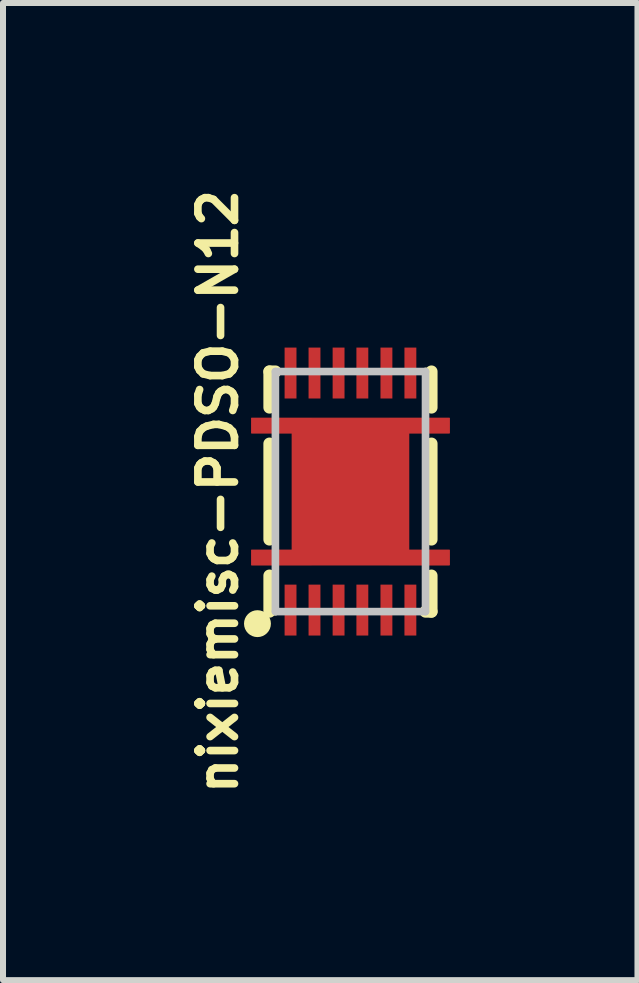
<source format=kicad_pcb>
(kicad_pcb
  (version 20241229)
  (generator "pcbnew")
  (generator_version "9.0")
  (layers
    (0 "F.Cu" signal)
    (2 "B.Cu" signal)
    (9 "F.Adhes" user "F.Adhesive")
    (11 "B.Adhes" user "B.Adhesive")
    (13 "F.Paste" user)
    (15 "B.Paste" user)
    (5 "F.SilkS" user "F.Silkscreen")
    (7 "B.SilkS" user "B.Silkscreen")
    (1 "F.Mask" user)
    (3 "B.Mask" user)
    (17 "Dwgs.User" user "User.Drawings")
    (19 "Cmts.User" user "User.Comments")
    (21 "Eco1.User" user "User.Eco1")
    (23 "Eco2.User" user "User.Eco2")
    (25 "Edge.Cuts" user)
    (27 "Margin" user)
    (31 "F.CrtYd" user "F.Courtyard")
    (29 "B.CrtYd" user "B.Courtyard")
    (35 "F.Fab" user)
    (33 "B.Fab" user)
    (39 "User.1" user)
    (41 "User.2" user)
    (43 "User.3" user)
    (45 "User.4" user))
  (footprint "nixiemisc-PDSO-N12"
    (layer "F.Cu")
    (at 2.787 5.137)
    (property "Reference" "nixiemisc-PDSO-N12" (at -2.207 0 90) (layer "F.SilkS") (effects (font (size 0.61 0.61) (thickness 0.127))))
    (attr smd)
    (fp_poly (pts (xy 1.648 -1.224) (xy -1.648 -1.224) (xy -1.648 -0.973) (xy -0.973 -0.973) (xy -0.973 0.973) (xy -1.648 0.973) (xy -1.648 1.224) (xy 1.648 1.224) (xy 1.648 0.973) (xy 0.973 0.973) (xy 0.973 -0.973) (xy 1.648 -0.973) (xy 1.648 -1.224)) (stroke (width 0.013) (type solid)) (fill yes) (layer "F.Cu"))
    (fp_line (start -1.748 -1.323) (end 1.748 -1.323) (stroke (width 0.066) (type solid)) (layer "F.Mask"))
    (fp_line (start -1.748 -0.874) (end -1.748 -1.323) (stroke (width 0.066) (type solid)) (layer "F.Mask"))
    (fp_line (start -1.748 -0.874) (end 1.748 -0.874) (stroke (width 0.066) (type solid)) (layer "F.Mask"))
    (fp_line (start -1.748 0.874) (end -1.748 1.323) (stroke (width 0.066) (type solid)) (layer "F.Mask"))
    (fp_line (start 1.748 -0.874) (end 1.748 -1.323) (stroke (width 0.066) (type solid)) (layer "F.Mask"))
    (fp_line (start 1.748 0.874) (end -1.748 0.874) (stroke (width 0.066) (type solid)) (layer "F.Mask"))
    (fp_line (start 1.748 0.874) (end 1.748 1.323) (stroke (width 0.066) (type solid)) (layer "F.Mask"))
    (fp_line (start 1.748 1.323) (end -1.748 1.323) (stroke (width 0.066) (type solid)) (layer "F.Mask"))
    (fp_line (start -1.349 -1.999) (end -1.349 -1.4) (stroke (width 0.203) (type solid)) (layer "F.SilkS"))
    (fp_line (start -1.349 -1.999) (end -1.25 -1.999) (stroke (width 0.203) (type solid)) (layer "F.SilkS"))
    (fp_line (start -1.349 -0.798) (end -1.349 0.798) (stroke (width 0.203) (type solid)) (layer "F.SilkS"))
    (fp_line (start -1.349 1.999) (end -1.349 1.4) (stroke (width 0.203) (type solid)) (layer "F.SilkS"))
    (fp_line (start -1.349 1.999) (end -1.25 1.999) (stroke (width 0.127) (type solid)) (layer "F.SilkS"))
    (fp_line (start 1.349 -1.999) (end 1.25 -1.999) (stroke (width 0.127) (type solid)) (layer "F.SilkS"))
    (fp_line (start 1.349 -1.999) (end 1.349 -1.4) (stroke (width 0.203) (type solid)) (layer "F.SilkS"))
    (fp_line (start 1.349 0.798) (end 1.349 -0.798) (stroke (width 0.203) (type solid)) (layer "F.SilkS"))
    (fp_line (start 1.349 1.999) (end 1.25 1.999) (stroke (width 0.203) (type solid)) (layer "F.SilkS"))
    (fp_line (start 1.349 1.999) (end 1.349 1.4) (stroke (width 0.203) (type solid)) (layer "F.SilkS"))
    (fp_circle (center -1.549 2.2) (end -1.549 1.976) (stroke (width 0) (type solid)) (fill yes) (layer "F.SilkS"))
    (fp_line (start -1.623 -1.224) (end -1.1 -1.224) (stroke (width 0.066) (type solid)) (layer "F.Paste"))
    (fp_line (start -1.623 -0.973) (end -1.623 -1.224) (stroke (width 0.066) (type solid)) (layer "F.Paste"))
    (fp_line (start -1.623 -0.973) (end -1.1 -0.973) (stroke (width 0.066) (type solid)) (layer "F.Paste"))
    (fp_line (start -1.623 0.973) (end -1.1 0.973) (stroke (width 0.066) (type solid)) (layer "F.Paste"))
    (fp_line (start -1.623 1.224) (end -1.623 0.973) (stroke (width 0.066) (type solid)) (layer "F.Paste"))
    (fp_line (start -1.623 1.224) (end -1.1 1.224) (stroke (width 0.066) (type solid)) (layer "F.Paste"))
    (fp_line (start -1.1 -2.375) (end -0.899 -2.375) (stroke (width 0.066) (type solid)) (layer "F.Paste"))
    (fp_line (start -1.1 -1.575) (end -1.1 -2.375) (stroke (width 0.066) (type solid)) (layer "F.Paste"))
    (fp_line (start -1.1 -1.575) (end -0.899 -1.575) (stroke (width 0.066) (type solid)) (layer "F.Paste"))
    (fp_line (start -1.1 -0.973) (end -1.1 -1.224) (stroke (width 0.066) (type solid)) (layer "F.Paste"))
    (fp_line (start -1.1 1.224) (end -1.1 0.973) (stroke (width 0.066) (type solid)) (layer "F.Paste"))
    (fp_line (start -1.1 1.575) (end -1.1 2.375) (stroke (width 0.066) (type solid)) (layer "F.Paste"))
    (fp_line (start -0.899 -1.575) (end -0.899 -2.375) (stroke (width 0.066) (type solid)) (layer "F.Paste"))
    (fp_line (start -0.899 -1.1) (end -0.099 -1.1) (stroke (width 0.066) (type solid)) (layer "F.Paste"))
    (fp_line (start -0.899 -0.099) (end -0.899 -1.1) (stroke (width 0.066) (type solid)) (layer "F.Paste"))
    (fp_line (start -0.899 -0.099) (end -0.099 -0.099) (stroke (width 0.066) (type solid)) (layer "F.Paste"))
    (fp_line (start -0.899 0.099) (end -0.099 0.099) (stroke (width 0.066) (type solid)) (layer "F.Paste"))
    (fp_line (start -0.899 1.1) (end -0.899 0.099) (stroke (width 0.066) (type solid)) (layer "F.Paste"))
    (fp_line (start -0.899 1.1) (end -0.099 1.1) (stroke (width 0.066) (type solid)) (layer "F.Paste"))
    (fp_line (start -0.899 1.575) (end -1.1 1.575) (stroke (width 0.066) (type solid)) (layer "F.Paste"))
    (fp_line (start -0.899 1.575) (end -0.899 2.375) (stroke (width 0.066) (type solid)) (layer "F.Paste"))
    (fp_line (start -0.899 2.375) (end -1.1 2.375) (stroke (width 0.066) (type solid)) (layer "F.Paste"))
    (fp_line (start -0.699 -2.375) (end -0.498 -2.375) (stroke (width 0.066) (type solid)) (layer "F.Paste"))
    (fp_line (start -0.699 -1.575) (end -0.699 -2.375) (stroke (width 0.066) (type solid)) (layer "F.Paste"))
    (fp_line (start -0.699 -1.575) (end -0.498 -1.575) (stroke (width 0.066) (type solid)) (layer "F.Paste"))
    (fp_line (start -0.699 1.575) (end -0.699 2.375) (stroke (width 0.066) (type solid)) (layer "F.Paste"))
    (fp_line (start -0.498 -1.575) (end -0.498 -2.375) (stroke (width 0.066) (type solid)) (layer "F.Paste"))
    (fp_line (start -0.498 1.575) (end -0.699 1.575) (stroke (width 0.066) (type solid)) (layer "F.Paste"))
    (fp_line (start -0.498 1.575) (end -0.498 2.375) (stroke (width 0.066) (type solid)) (layer "F.Paste"))
    (fp_line (start -0.498 2.375) (end -0.699 2.375) (stroke (width 0.066) (type solid)) (layer "F.Paste"))
    (fp_line (start -0.3 -2.375) (end -0.099 -2.375) (stroke (width 0.066) (type solid)) (layer "F.Paste"))
    (fp_line (start -0.3 -1.575) (end -0.3 -2.375) (stroke (width 0.066) (type solid)) (layer "F.Paste"))
    (fp_line (start -0.3 -1.575) (end -0.099 -1.575) (stroke (width 0.066) (type solid)) (layer "F.Paste"))
    (fp_line (start -0.3 1.575) (end -0.3 2.375) (stroke (width 0.066) (type solid)) (layer "F.Paste"))
    (fp_line (start -0.099 -1.575) (end -0.099 -2.375) (stroke (width 0.066) (type solid)) (layer "F.Paste"))
    (fp_line (start -0.099 -0.099) (end -0.099 -1.1) (stroke (width 0.066) (type solid)) (layer "F.Paste"))
    (fp_line (start -0.099 1.1) (end -0.099 0.099) (stroke (width 0.066) (type solid)) (layer "F.Paste"))
    (fp_line (start -0.099 1.575) (end -0.3 1.575) (stroke (width 0.066) (type solid)) (layer "F.Paste"))
    (fp_line (start -0.099 1.575) (end -0.099 2.375) (stroke (width 0.066) (type solid)) (layer "F.Paste"))
    (fp_line (start -0.099 2.375) (end -0.3 2.375) (stroke (width 0.066) (type solid)) (layer "F.Paste"))
    (fp_line (start 0.099 -2.375) (end 0.3 -2.375) (stroke (width 0.066) (type solid)) (layer "F.Paste"))
    (fp_line (start 0.099 -1.575) (end 0.099 -2.375) (stroke (width 0.066) (type solid)) (layer "F.Paste"))
    (fp_line (start 0.099 -1.575) (end 0.3 -1.575) (stroke (width 0.066) (type solid)) (layer "F.Paste"))
    (fp_line (start 0.099 -1.1) (end 0.099 -0.099) (stroke (width 0.066) (type solid)) (layer "F.Paste"))
    (fp_line (start 0.099 0.099) (end 0.099 1.1) (stroke (width 0.066) (type solid)) (layer "F.Paste"))
    (fp_line (start 0.099 1.575) (end 0.099 2.375) (stroke (width 0.066) (type solid)) (layer "F.Paste"))
    (fp_line (start 0.3 -1.575) (end 0.3 -2.375) (stroke (width 0.066) (type solid)) (layer "F.Paste"))
    (fp_line (start 0.3 1.575) (end 0.099 1.575) (stroke (width 0.066) (type solid)) (layer "F.Paste"))
    (fp_line (start 0.3 1.575) (end 0.3 2.375) (stroke (width 0.066) (type solid)) (layer "F.Paste"))
    (fp_line (start 0.3 2.375) (end 0.099 2.375) (stroke (width 0.066) (type solid)) (layer "F.Paste"))
    (fp_line (start 0.498 -2.375) (end 0.699 -2.375) (stroke (width 0.066) (type solid)) (layer "F.Paste"))
    (fp_line (start 0.498 -2.375) (end 0.699 -2.375) (stroke (width 0.066) (type solid)) (layer "F.Paste"))
    (fp_line (start 0.498 -1.575) (end 0.498 -2.375) (stroke (width 0.066) (type solid)) (layer "F.Paste"))
    (fp_line (start 0.498 -1.575) (end 0.498 -2.375) (stroke (width 0.066) (type solid)) (layer "F.Paste"))
    (fp_line (start 0.498 -1.575) (end 0.699 -1.575) (stroke (width 0.066) (type solid)) (layer "F.Paste"))
    (fp_line (start 0.498 -1.575) (end 0.699 -1.575) (stroke (width 0.066) (type solid)) (layer "F.Paste"))
    (fp_line (start 0.498 1.575) (end 0.498 2.375) (stroke (width 0.066) (type solid)) (layer "F.Paste"))
    (fp_line (start 0.699 -1.575) (end 0.699 -2.375) (stroke (width 0.066) (type solid)) (layer "F.Paste"))
    (fp_line (start 0.699 -1.575) (end 0.699 -2.375) (stroke (width 0.066) (type solid)) (layer "F.Paste"))
    (fp_line (start 0.699 1.575) (end 0.498 1.575) (stroke (width 0.066) (type solid)) (layer "F.Paste"))
    (fp_line (start 0.699 1.575) (end 0.699 2.375) (stroke (width 0.066) (type solid)) (layer "F.Paste"))
    (fp_line (start 0.699 2.375) (end 0.498 2.375) (stroke (width 0.066) (type solid)) (layer "F.Paste"))
    (fp_line (start 0.899 -2.375) (end 1.1 -2.375) (stroke (width 0.066) (type solid)) (layer "F.Paste"))
    (fp_line (start 0.899 -1.575) (end 0.899 -2.375) (stroke (width 0.066) (type solid)) (layer "F.Paste"))
    (fp_line (start 0.899 -1.575) (end 1.1 -1.575) (stroke (width 0.066) (type solid)) (layer "F.Paste"))
    (fp_line (start 0.899 -1.1) (end 0.099 -1.1) (stroke (width 0.066) (type solid)) (layer "F.Paste"))
    (fp_line (start 0.899 -1.1) (end 0.899 -0.099) (stroke (width 0.066) (type solid)) (layer "F.Paste"))
    (fp_line (start 0.899 -0.099) (end 0.099 -0.099) (stroke (width 0.066) (type solid)) (layer "F.Paste"))
    (fp_line (start 0.899 0.099) (end 0.099 0.099) (stroke (width 0.066) (type solid)) (layer "F.Paste"))
    (fp_line (start 0.899 0.099) (end 0.899 1.1) (stroke (width 0.066) (type solid)) (layer "F.Paste"))
    (fp_line (start 0.899 1.1) (end 0.099 1.1) (stroke (width 0.066) (type solid)) (layer "F.Paste"))
    (fp_line (start 0.899 1.575) (end 0.899 2.375) (stroke (width 0.066) (type solid)) (layer "F.Paste"))
    (fp_line (start 1.1 -1.575) (end 1.1 -2.375) (stroke (width 0.066) (type solid)) (layer "F.Paste"))
    (fp_line (start 1.1 -1.224) (end 1.1 -0.973) (stroke (width 0.066) (type solid)) (layer "F.Paste"))
    (fp_line (start 1.1 0.973) (end 1.1 1.224) (stroke (width 0.066) (type solid)) (layer "F.Paste"))
    (fp_line (start 1.1 1.575) (end 0.899 1.575) (stroke (width 0.066) (type solid)) (layer "F.Paste"))
    (fp_line (start 1.1 1.575) (end 1.1 2.375) (stroke (width 0.066) (type solid)) (layer "F.Paste"))
    (fp_line (start 1.1 2.375) (end 0.899 2.375) (stroke (width 0.066) (type solid)) (layer "F.Paste"))
    (fp_line (start 1.623 -1.224) (end 1.1 -1.224) (stroke (width 0.066) (type solid)) (layer "F.Paste"))
    (fp_line (start 1.623 -1.224) (end 1.623 -0.973) (stroke (width 0.066) (type solid)) (layer "F.Paste"))
    (fp_line (start 1.623 -0.973) (end 1.1 -0.973) (stroke (width 0.066) (type solid)) (layer "F.Paste"))
    (fp_line (start 1.623 0.973) (end 1.1 0.973) (stroke (width 0.066) (type solid)) (layer "F.Paste"))
    (fp_line (start 1.623 0.973) (end 1.623 1.224) (stroke (width 0.066) (type solid)) (layer "F.Paste"))
    (fp_line (start 1.623 1.224) (end 1.1 1.224) (stroke (width 0.066) (type solid)) (layer "F.Paste"))
    (fp_line (start -1.25 -1.999) (end -1.25 1.999) (stroke (width 0.127) (type solid)) (layer "Dwgs.User"))
    (fp_line (start -1.25 1.999) (end 1.25 1.999) (stroke (width 0.127) (type solid)) (layer "Dwgs.User"))
    (fp_line (start 1.25 -1.999) (end -1.25 -1.999) (stroke (width 0.127) (type solid)) (layer "Dwgs.User"))
    (fp_line (start 1.25 1.999) (end 1.25 -1.999) (stroke (width 0.127) (type solid)) (layer "Dwgs.User"))
    (pad "1" smd rect (at -0.998 1.974) (size 0.198 0.848) (layers "F.Cu" "F.Mask" "F.Paste"))
    (pad "2" smd rect (at -0.599 1.974) (size 0.198 0.848) (layers "F.Cu" "F.Mask" "F.Paste"))
    (pad "3" smd rect (at -0.198 1.974) (size 0.198 0.848) (layers "F.Cu" "F.Mask" "F.Paste"))
    (pad "4" smd rect (at 0.198 1.974) (size 0.198 0.848) (layers "F.Cu" "F.Mask" "F.Paste"))
    (pad "5" smd rect (at 0.599 1.974) (size 0.198 0.848) (layers "F.Cu" "F.Mask" "F.Paste"))
    (pad "6" smd rect (at 0.998 1.974) (size 0.198 0.848) (layers "F.Cu" "F.Mask" "F.Paste"))
    (pad "7" smd rect (at 0.998 -1.974 180) (size 0.198 0.848) (layers "F.Cu" "F.Mask" "F.Paste"))
    (pad "8" smd rect (at 0.599 -1.974 180) (size 0.198 0.848) (layers "F.Cu" "F.Mask" "F.Paste"))
    (pad "9" smd rect (at 0.198 -1.974 180) (size 0.198 0.848) (layers "F.Cu" "F.Mask" "F.Paste"))
    (pad "10" smd rect (at -0.198 -1.974 180) (size 0.198 0.848) (layers "F.Cu" "F.Mask" "F.Paste"))
    (pad "11" smd rect (at -0.599 -1.974 180) (size 0.198 0.848) (layers "F.Cu" "F.Mask" "F.Paste"))
    (pad "12" smd rect (at -0.998 -1.974 180) (size 0.198 0.848) (layers "F.Cu" "F.Mask" "F.Paste"))
    (pad "EP" smd rect (at 0 0) (size 1.948 1.948) (layers "F.Cu" "F.Mask" "F.Paste"))
    (pad "EP1" smd rect (at -1.148 -1.1) (size 0.998 0.249) (layers "F.Cu" "F.Mask" "F.Paste"))
    (pad "EP2" smd rect (at -1.148 1.1) (size 0.998 0.249) (layers "F.Cu" "F.Mask" "F.Paste"))
    (pad "EP3" smd rect (at 1.148 1.1 180) (size 0.998 0.249) (layers "F.Cu" "F.Mask" "F.Paste"))
    (pad "EP4" smd rect (at 1.148 -1.1 180) (size 0.998 0.249) (layers "F.Cu" "F.Mask" "F.Paste")))
  (gr_rect
    (start -3 -3)
    (end 7.567 13.274)
    (stroke (width 0.1) (type default))
    (fill no)
    (layer "Edge.Cuts")))
</source>
